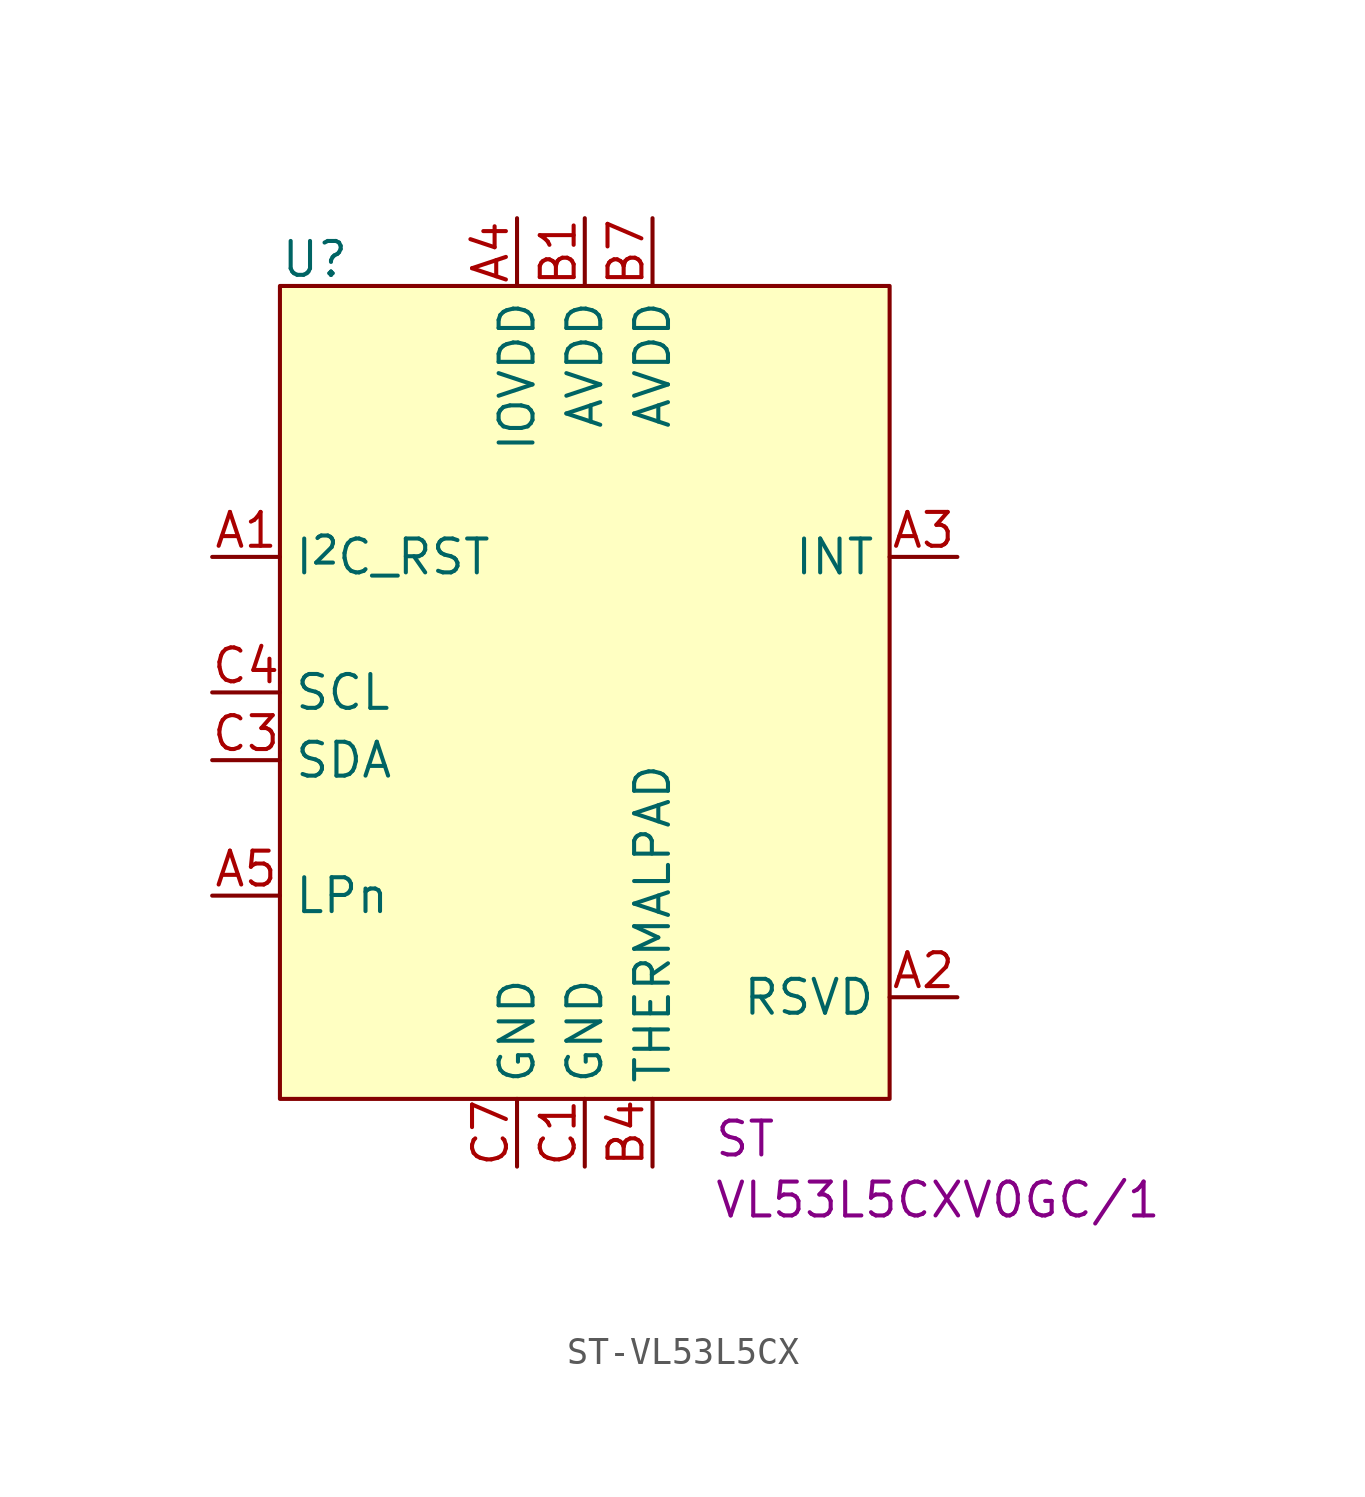
<source format=kicad_sym>
(kicad_symbol_lib
  (version 20241209)
  (generator "kicad_symbol_editor")
  (generator_version "9.0")
  (symbol "ST-VL53L5CX"
    (property "Reference" "U"
      (at -11.43 15.494 0)
      (effects (font (size 1.27 1.27)) (justify left bottom)))
    (property "Value" ""
      (at 0 0 0)
      (effects (font (size 1.27 1.27))))
    (property "Manufacturer" "ST"
      (at 4.826 -16.002 0)
      (effects (font (size 1.27 1.27)) (justify left top)))
    (property "MPN" "VL53L5CXV0GC/1"
      (at 4.826 -18.288 0)
      (effects (font (size 1.27 1.27)) (justify left top)))
    (symbol "ST-VL53L5CX_0_0"
      (pin input line (at -13.97 5.08 0) (length 2.54) (name "I^{2}C_RST" (effects (font (size 1.27 1.27)))) (number "A1" (effects (font (size 1.27 1.27)))))
      (pin input line (at -13.97 0 0) (length 2.54) (name "SCL" (effects (font (size 1.27 1.27)))) (number "C4" (effects (font (size 1.27 1.27)))))
      (pin bidirectional line (at -13.97 -2.54 0) (length 2.54) (name "SDA" (effects (font (size 1.27 1.27)))) (number "C3" (effects (font (size 1.27 1.27)))))
      (pin input line (at -13.97 -7.62 0) (length 2.54) (name "LPn" (effects (font (size 1.27 1.27)))) (number "A5" (effects (font (size 1.27 1.27)))))
      (pin power_in line (at -2.54 17.78 270) (length 2.54) (name "IOVDD" (effects (font (size 1.27 1.27)))) (number "A4" (effects (font (size 1.27 1.27)))))
      (pin power_in line (at -2.54 -17.78 90) (length 2.54) (name "GND" (effects (font (size 1.27 1.27)))) (number "C7" (effects (font (size 1.27 1.27)))))
      (pin power_in line (at 0 17.78 270) (length 2.54) (name "AVDD" (effects (font (size 1.27 1.27)))) (number "B1" (effects (font (size 1.27 1.27)))))
      (pin power_in line (at 0 -17.78 90) (length 2.54) (name "GND" (effects (font (size 1.27 1.27)))) (number "C1" (effects (font (size 1.27 1.27)))))
      (pin power_in line (at 2.54 17.78 270) (length 2.54) (name "AVDD" (effects (font (size 1.27 1.27)))) (number "B7" (effects (font (size 1.27 1.27)))))
      (pin passive line (at 2.54 -17.78 90) (length 2.54) (name "THERMALPAD" (effects (font (size 1.27 1.27)))) (number "B4" (effects (font (size 1.27 1.27)))))
      (pin output line (at 13.97 5.08 180) (length 2.54) (name "INT" (effects (font (size 1.27 1.27)))) (number "A3" (effects (font (size 1.27 1.27)))))
      (pin passive line (at 13.97 -11.43 180) (length 2.54) (name "RSVD" (effects (font (size 1.27 1.27)))) (number "A2" (effects (font (size 1.27 1.27)))))
      (pin passive line (at 13.97 -11.43 180) (length 2.54) (hide yes) (name "RSVD" (effects (font (size 1.27 1.27)))) (number "A6" (effects (font (size 1.27 1.27)))))
      (pin passive line (at 13.97 -11.43 180) (length 2.54) (hide yes) (name "RSVD" (effects (font (size 1.27 1.27)))) (number "A7" (effects (font (size 1.27 1.27)))))
      (pin passive line (at 13.97 -11.43 180) (length 2.54) (hide yes) (name "RSVD" (effects (font (size 1.27 1.27)))) (number "C2" (effects (font (size 1.27 1.27)))))
      (pin passive line (at 13.97 -11.43 180) (length 2.54) (hide yes) (name "RSVD" (effects (font (size 1.27 1.27)))) (number "C5" (effects (font (size 1.27 1.27)))))
      (pin passive line (at 13.97 -11.43 180) (length 2.54) (hide yes) (name "RSVD" (effects (font (size 1.27 1.27)))) (number "C6" (effects (font (size 1.27 1.27))))))
    (symbol "ST-VL53L5CX_0_1"
      (rectangle (start -11.43 15.24) (end 11.43 -15.24) (stroke (width 0) (type default)) (fill (type background))))))
</source>
